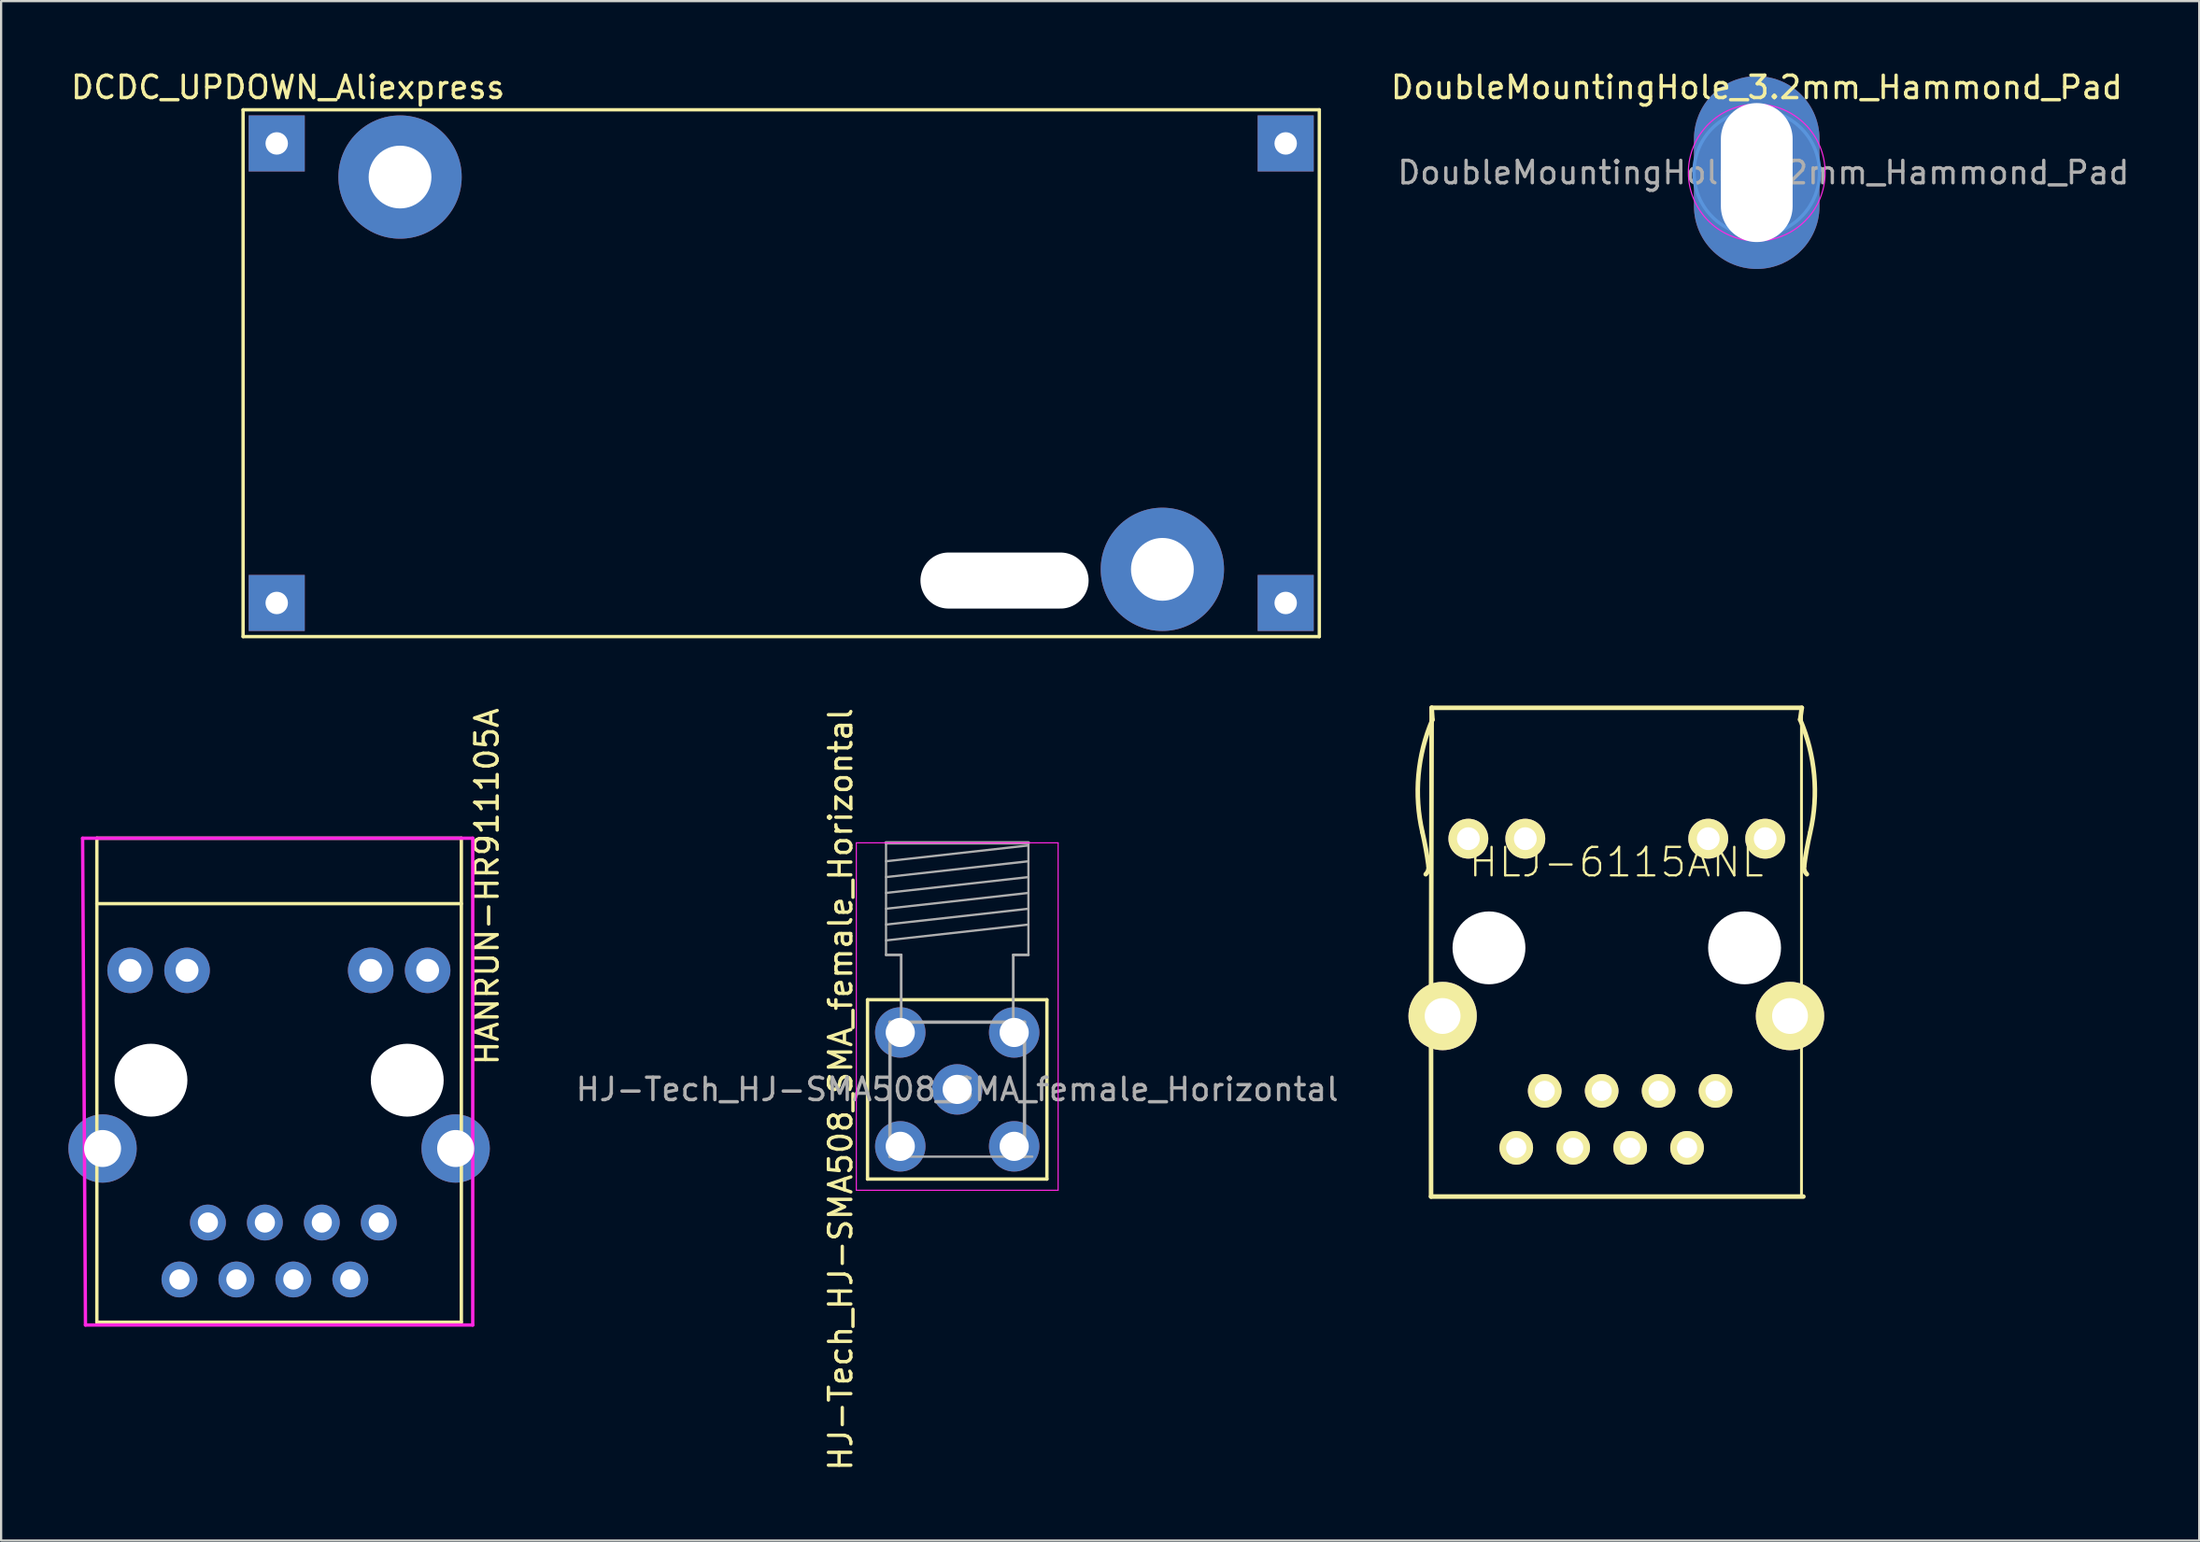
<source format=kicad_pcb>
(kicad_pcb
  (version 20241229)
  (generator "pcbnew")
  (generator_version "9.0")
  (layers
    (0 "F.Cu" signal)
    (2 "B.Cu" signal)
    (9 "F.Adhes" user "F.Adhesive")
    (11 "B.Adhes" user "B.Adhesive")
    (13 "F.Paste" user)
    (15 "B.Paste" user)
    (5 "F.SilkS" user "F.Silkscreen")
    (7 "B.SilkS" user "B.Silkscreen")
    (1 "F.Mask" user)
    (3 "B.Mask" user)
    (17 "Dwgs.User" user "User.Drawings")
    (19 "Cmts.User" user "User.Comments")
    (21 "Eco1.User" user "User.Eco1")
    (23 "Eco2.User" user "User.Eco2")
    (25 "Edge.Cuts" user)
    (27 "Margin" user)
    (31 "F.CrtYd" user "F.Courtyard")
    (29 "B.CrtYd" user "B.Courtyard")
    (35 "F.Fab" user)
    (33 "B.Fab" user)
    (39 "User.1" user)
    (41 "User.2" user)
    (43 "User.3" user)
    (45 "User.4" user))
  (footprint "HANRUN-HR911105A"
    (layer "F.Cu")
    (at 13.843 51.487)
    (property "Reference" "HANRUN-HR911105A" (at 4.826 -14.986 90) (layer "F.SilkS") (effects (font (size 1 1) (thickness 0.15))))
    (attr through_hole)
    (fp_line (start -12.573 -17.145) (end 3.683 -17.145) (stroke (width 0.15) (type solid)) (layer "F.SilkS"))
    (fp_line (start -12.573 -14.224) (end 3.683 -14.224) (stroke (width 0.15) (type solid)) (layer "F.SilkS"))
    (fp_line (start -12.573 4.445) (end -12.573 -17.145) (stroke (width 0.15) (type solid)) (layer "F.SilkS"))
    (fp_line (start 3.683 -17.145) (end 3.683 4.445) (stroke (width 0.15) (type solid)) (layer "F.SilkS"))
    (fp_line (start 3.683 4.445) (end -12.573 4.445) (stroke (width 0.15) (type solid)) (layer "F.SilkS"))
    (fp_line (start -13.208 -17.145) (end 4.191 -17.145) (stroke (width 0.15) (type solid)) (layer "F.CrtYd"))
    (fp_line (start -13.081 4.572) (end -13.208 -17.145) (stroke (width 0.15) (type solid)) (layer "F.CrtYd"))
    (fp_line (start 4.191 -17.145) (end 4.191 4.572) (stroke (width 0.15) (type solid)) (layer "F.CrtYd"))
    (fp_line (start 4.191 4.572) (end -13.081 4.572) (stroke (width 0.15) (type solid)) (layer "F.CrtYd"))
    (pad "" np_thru_hole circle (at -10.16 -6.35) (size 3.25 3.25) (drill 3.25) (layers "*.Cu" "*.Mask"))
    (pad "" np_thru_hole circle (at 1.27 -6.35) (size 3.25 3.25) (drill 3.25) (layers "*.Cu" "*.Mask"))
    (pad "1" thru_hole circle (at 0 0) (size 1.6 1.6) (drill 0.9) (layers "*.Cu" "*.Mask"))
    (pad "2" thru_hole circle (at -1.27 2.54) (size 1.6 1.6) (drill 0.9) (layers "*.Cu" "*.Mask"))
    (pad "3" thru_hole circle (at -2.54 0) (size 1.6 1.6) (drill 0.9) (layers "*.Cu" "*.Mask"))
    (pad "4" thru_hole circle (at -3.81 2.54) (size 1.6 1.6) (drill 0.9) (layers "*.Cu" "*.Mask"))
    (pad "5" thru_hole circle (at -5.08 0) (size 1.6 1.6) (drill 0.9) (layers "*.Cu" "*.Mask"))
    (pad "6" thru_hole circle (at -6.35 2.54) (size 1.6 1.6) (drill 0.9) (layers "*.Cu" "*.Mask"))
    (pad "7" thru_hole circle (at -7.62 0) (size 1.6 1.6) (drill 0.9) (layers "*.Cu" "*.Mask"))
    (pad "8" thru_hole circle (at -8.89 2.54) (size 1.6 1.6) (drill 0.9) (layers "*.Cu" "*.Mask"))
    (pad "9" thru_hole circle (at 2.18 -11.25) (size 2.032 2.032) (drill 1.02) (layers "*.Cu" "*.Mask"))
    (pad "10" thru_hole circle (at -0.36 -11.25) (size 2.032 2.032) (drill 1.02) (layers "*.Cu" "*.Mask"))
    (pad "11" thru_hole circle (at -8.55 -11.25) (size 2.032 2.032) (drill 1.02) (layers "*.Cu" "*.Mask"))
    (pad "12" thru_hole circle (at -11.09 -11.25) (size 2.032 2.032) (drill 1.02) (layers "*.Cu" "*.Mask"))
    (pad "S1" thru_hole circle (at 3.429 -3.302) (size 3.048 3.048) (drill 1.65) (layers "*.Cu" "*.Mask"))
    (pad "S2" thru_hole circle (at -12.319 -3.302) (size 3.048 3.048) (drill 1.65) (layers "*.Cu" "*.Mask")))
  (footprint "DoubleMountingHole_3.2mm_Hammond_Pad"
    (layer "F.Cu")
    (at 75.301 4.648)
    (property "Reference" "DoubleMountingHole_3.2mm_Hammond_Pad" (at 0 -3.8 0) (layer "F.SilkS") (effects (font (size 1 1) (thickness 0.15))))
    (attr exclude_from_pos_files exclude_from_bom)
    (fp_circle (center 0 0) (end 2.8 0) (stroke (width 0.15) (type solid)) (fill no) (layer "Cmts.User"))
    (fp_circle (center 0 0) (end 3.05 0) (stroke (width 0.05) (type solid)) (fill no) (layer "F.CrtYd"))
    (fp_text user "${REFERENCE}" (at 0.3 0 0) (layer "F.Fab") (effects (font (size 1 1) (thickness 0.15))))
    (pad "1" thru_hole oval (at 0 0) (size 5.6 8.6) (drill oval 3.2 6.2) (layers "*.Cu" "*.Mask")))
  (footprint "HLJ-6115ANL"
    (layer "F.Cu")
    (at 70.308 39.734)
    (property "Reference" "HLJ-6115ANL" (at -1.27 -4.318 180) (layer "F.SilkS") (effects (font (size 1.27 1.27) (thickness 0.102))))
    (attr exclude_from_pos_files exclude_from_bom)
    (fp_line (start -9.533 1.328) (end -9.505 -11.209) (stroke (width 0.203) (type solid)) (layer "F.SilkS"))
    (fp_line (start -9.533 3.889) (end -9.533 1.288) (stroke (width 0.203) (type solid)) (layer "F.SilkS"))
    (fp_line (start -9.533 10.594) (end -9.533 3.889) (stroke (width 0.203) (type solid)) (layer "F.SilkS"))
    (fp_line (start -9.505 -11.209) (end -9.469 -10.683) (stroke (width 0.203) (type solid)) (layer "F.SilkS"))
    (fp_line (start -9.505 -11.209) (end 7.003 -11.209) (stroke (width 0.203) (type solid)) (layer "F.SilkS"))
    (fp_line (start 6.988 -11.199) (end 6.988 10.61) (stroke (width 0.127) (type solid)) (layer "F.SilkS"))
    (fp_line (start 7.003 -11.209) (end 6.929 -10.683) (stroke (width 0.203) (type solid)) (layer "F.SilkS"))
    (fp_line (start 7.074 10.594) (end -9.533 10.594) (stroke (width 0.203) (type solid)) (layer "F.SilkS"))
    (fp_arc (start -9.9187 -5.65912) (mid -9.764999 -4.911697) (end -9.646677 -4.157864) (stroke (width 0.2032) (type solid)) (layer "F.SilkS"))
    (fp_arc (start -9.9187 -5.65912) (mid -10.094017 -8.202772) (end -9.472563 -10.675563) (stroke (width 0.2032) (type solid)) (layer "F.SilkS"))
    (fp_arc (start -9.64438 -4.13258) (mid -9.665577 -3.943027) (end -9.770797 -3.78394) (stroke (width 0.2032) (type solid)) (layer "F.SilkS"))
    (fp_arc (start 6.92912 -10.68324) (mid 7.553247 -8.211925) (end 7.380929 -5.668848) (stroke (width 0.2032) (type solid)) (layer "F.SilkS"))
    (fp_arc (start 7.10438 -4.13258) (mid 7.221513 -4.88655) (end 7.374033 -5.634165) (stroke (width 0.2032) (type solid)) (layer "F.SilkS"))
    (fp_arc (start 7.22884 -3.7846) (mid 7.124136 -3.944506) (end 7.103771 -4.134554) (stroke (width 0.2032) (type solid)) (layer "F.SilkS"))
    (pad "" np_thru_hole circle (at -6.95 -0.5) (size 3.25 3.25) (drill 3.25) (layers "*.Cu" "*.Mask"))
    (pad "" np_thru_hole circle (at 4.45 -0.5) (size 3.25 3.25) (drill 3.25) (layers "*.Cu" "*.Mask"))
    (pad "1" thru_hole circle (at 3.155 5.88) (size 1.499 1.499) (drill 0.899) (layers "*.Cu" "*.Mask" "F.SilkS" "F.Paste"))
    (pad "2" thru_hole circle (at 1.885 8.42) (size 1.499 1.499) (drill 0.899) (layers "*.Cu" "*.Mask" "F.SilkS" "F.Paste"))
    (pad "3" thru_hole circle (at 0.615 5.88) (size 1.499 1.499) (drill 0.899) (layers "*.Cu" "*.Mask" "F.SilkS" "F.Paste"))
    (pad "4" thru_hole circle (at -0.653 8.42) (size 1.499 1.499) (drill 0.899) (layers "*.Cu" "*.Mask" "F.SilkS" "F.Paste"))
    (pad "5" thru_hole circle (at -1.923 5.88) (size 1.499 1.499) (drill 0.899) (layers "*.Cu" "*.Mask" "F.SilkS" "F.Paste"))
    (pad "6" thru_hole circle (at -3.193 8.42) (size 1.499 1.499) (drill 0.899) (layers "*.Cu" "*.Mask" "F.SilkS" "F.Paste"))
    (pad "7" thru_hole circle (at -4.463 5.88) (size 1.499 1.499) (drill 0.899) (layers "*.Cu" "*.Mask" "F.SilkS" "F.Paste"))
    (pad "8" thru_hole circle (at -5.733 8.42) (size 1.499 1.499) (drill 0.899) (layers "*.Cu" "*.Mask" "F.SilkS" "F.Paste"))
    (pad "9" thru_hole circle (at 5.37 -5.37) (size 1.778 1.778) (drill 1.016) (layers "*.Cu" "*.Mask" "F.SilkS" "F.Paste"))
    (pad "10" thru_hole circle (at 2.83 -5.37) (size 1.778 1.778) (drill 1.016) (layers "*.Cu" "*.Mask" "F.SilkS" "F.Paste"))
    (pad "11" thru_hole circle (at -5.329 -5.37) (size 1.778 1.778) (drill 1.016) (layers "*.Cu" "*.Mask" "F.SilkS" "F.Paste"))
    (pad "12" thru_hole circle (at -7.869 -5.37) (size 1.778 1.778) (drill 1.016) (layers "*.Cu" "*.Mask" "F.SilkS" "F.Paste"))
    (pad "S1" thru_hole circle (at 6.477 2.54) (size 3.048 3.048) (drill 1.598) (layers "*.Cu" "*.Mask" "F.SilkS" "F.Paste"))
    (pad "S2" thru_hole circle (at -9.017 2.54) (size 3.048 3.048) (drill 1.598) (layers "*.Cu" "*.Mask" "F.SilkS" "F.Paste")))
  (footprint "HJ-Tech_HJ-SMA508_SMA_female_Horizontal"
    (layer "F.Cu")
    (at 39.642 45.548)
    (property "Reference" "HJ-Tech_HJ-SMA508_SMA_female_Horizontal" (at -5.2 0 90) (layer "F.SilkS") (effects (font (size 1 1) (thickness 0.15))))
    (attr through_hole)
    (fp_line (start -4 -4) (end 4 -4) (stroke (width 0.15) (type solid)) (layer "F.SilkS"))
    (fp_line (start -4 4) (end -4 -4) (stroke (width 0.15) (type solid)) (layer "F.SilkS"))
    (fp_line (start 4 -4) (end 4 4) (stroke (width 0.15) (type solid)) (layer "F.SilkS"))
    (fp_line (start 4 4) (end -4 4) (stroke (width 0.15) (type solid)) (layer "F.SilkS"))
    (fp_line (start -4.5 -11) (end -4.5 4.5) (stroke (width 0.05) (type solid)) (layer "F.CrtYd"))
    (fp_line (start -4.5 -11) (end 4.5 -11) (stroke (width 0.05) (type solid)) (layer "F.CrtYd"))
    (fp_line (start 4.5 4.5) (end -4.5 4.5) (stroke (width 0.05) (type solid)) (layer "F.CrtYd"))
    (fp_line (start 4.5 4.5) (end 4.5 -11) (stroke (width 0.05) (type solid)) (layer "F.CrtYd"))
    (fp_line (start -3.175 -11) (end -3.175 -6) (stroke (width 0.1) (type solid)) (layer "F.Fab"))
    (fp_line (start -3.175 -10.177) (end 3.175 -10.883) (stroke (width 0.1) (type solid)) (layer "F.Fab"))
    (fp_line (start -3.175 -9.471) (end 3.175 -10.177) (stroke (width 0.1) (type solid)) (layer "F.Fab"))
    (fp_line (start -3.175 -8.765) (end 3.175 -9.471) (stroke (width 0.1) (type solid)) (layer "F.Fab"))
    (fp_line (start -3.175 -8.059) (end 3.175 -8.765) (stroke (width 0.1) (type solid)) (layer "F.Fab"))
    (fp_line (start -3.175 -7.353) (end 3.175 -8.059) (stroke (width 0.1) (type solid)) (layer "F.Fab"))
    (fp_line (start -3.175 -6.647) (end 3.175 -7.353) (stroke (width 0.1) (type solid)) (layer "F.Fab"))
    (fp_line (start -3.175 -6) (end -2.5 -6) (stroke (width 0.12) (type solid)) (layer "F.Fab"))
    (fp_line (start -3 -3) (end 3 -3) (stroke (width 0.15) (type solid)) (layer "F.Fab"))
    (fp_line (start -3 3) (end -3 -3) (stroke (width 0.15) (type solid)) (layer "F.Fab"))
    (fp_line (start -3 3) (end 3.35 3) (stroke (width 0.1) (type solid)) (layer "F.Fab"))
    (fp_line (start -2.5 -6) (end -2.5 -3) (stroke (width 0.12) (type solid)) (layer "F.Fab"))
    (fp_line (start 2.5 -6) (end 2.5 -3) (stroke (width 0.12) (type solid)) (layer "F.Fab"))
    (fp_line (start 3 -3) (end 3 3) (stroke (width 0.15) (type solid)) (layer "F.Fab"))
    (fp_line (start 3.175 -11) (end -3.175 -11) (stroke (width 0.15) (type solid)) (layer "F.Fab"))
    (fp_line (start 3.175 -11) (end 3.175 -6) (stroke (width 0.1) (type solid)) (layer "F.Fab"))
    (fp_line (start 3.175 -6) (end 2.5 -6) (stroke (width 0.12) (type solid)) (layer "F.Fab"))
    (fp_text user "${REFERENCE}" (at 0 0 0) (layer "F.Fab") (effects (font (size 1 1) (thickness 0.15))))
    (pad "1" thru_hole circle (at 0 0) (size 2.25 2.25) (drill 1.3) (layers "*.Cu" "*.Mask"))
    (pad "2" thru_hole circle (at -2.54 -2.54) (size 2.25 2.25) (drill 1.3) (layers "*.Cu" "*.Mask"))
    (pad "2" thru_hole circle (at -2.54 2.54) (size 2.25 2.25) (drill 1.3) (layers "*.Cu" "*.Mask"))
    (pad "2" thru_hole circle (at 2.54 -2.54) (size 2.25 2.25) (drill 1.3) (layers "*.Cu" "*.Mask"))
    (pad "2" thru_hole circle (at 2.54 2.54 90) (size 2.25 2.25) (drill 1.3) (layers "*.Cu" "*.Mask")))
  (footprint "DCDC_UPDOWN_Aliexpress"
    (layer "F.Cu")
    (at 7.792 1.848)
    (property "Reference" "DCDC_UPDOWN_Aliexpress" (at 2 -1 0) (layer "F.SilkS") (effects (font (size 1 1) (thickness 0.15))))
    (attr through_hole)
    (fp_line (start 0 0) (end 48 0) (stroke (width 0.15) (type solid)) (layer "F.SilkS"))
    (fp_line (start 0 23.5) (end 0 0) (stroke (width 0.15) (type solid)) (layer "F.SilkS"))
    (fp_line (start 48 0) (end 48 23.5) (stroke (width 0.15) (type solid)) (layer "F.SilkS"))
    (fp_line (start 48 23.5) (end 0 23.5) (stroke (width 0.15) (type solid)) (layer "F.SilkS"))
    (pad "" thru_hole circle (at 7 3) (size 5.5 5.5) (drill 2.8) (layers "*.Cu" "*.Mask"))
    (pad "" np_thru_hole oval (at 33.96 21) (size 7.5 2.5) (drill oval 7.5 2.5) (layers "*.Cu" "*.Mask"))
    (pad "" thru_hole circle (at 41 20.5) (size 5.5 5.5) (drill 2.8) (layers "*.Cu" "*.Mask"))
    (pad "1" thru_hole rect (at 1.5 22) (size 2.5 2.5) (drill 1) (layers "*.Cu" "*.Mask"))
    (pad "2" thru_hole rect (at 1.5 1.5) (size 2.5 2.5) (drill 1) (layers "*.Cu" "*.Mask"))
    (pad "3" thru_hole rect (at 46.5 22) (size 2.5 2.5) (drill 1) (layers "*.Cu" "*.Mask"))
    (pad "4" thru_hole rect (at 46.5 1.5) (size 2.5 2.5) (drill 1) (layers "*.Cu" "*.Mask")))
  (gr_rect
    (start -3 -3)
    (end 95.036 65.673)
    (stroke (width 0.1) (type default))
    (fill no)
    (layer "Edge.Cuts")))
</source>
